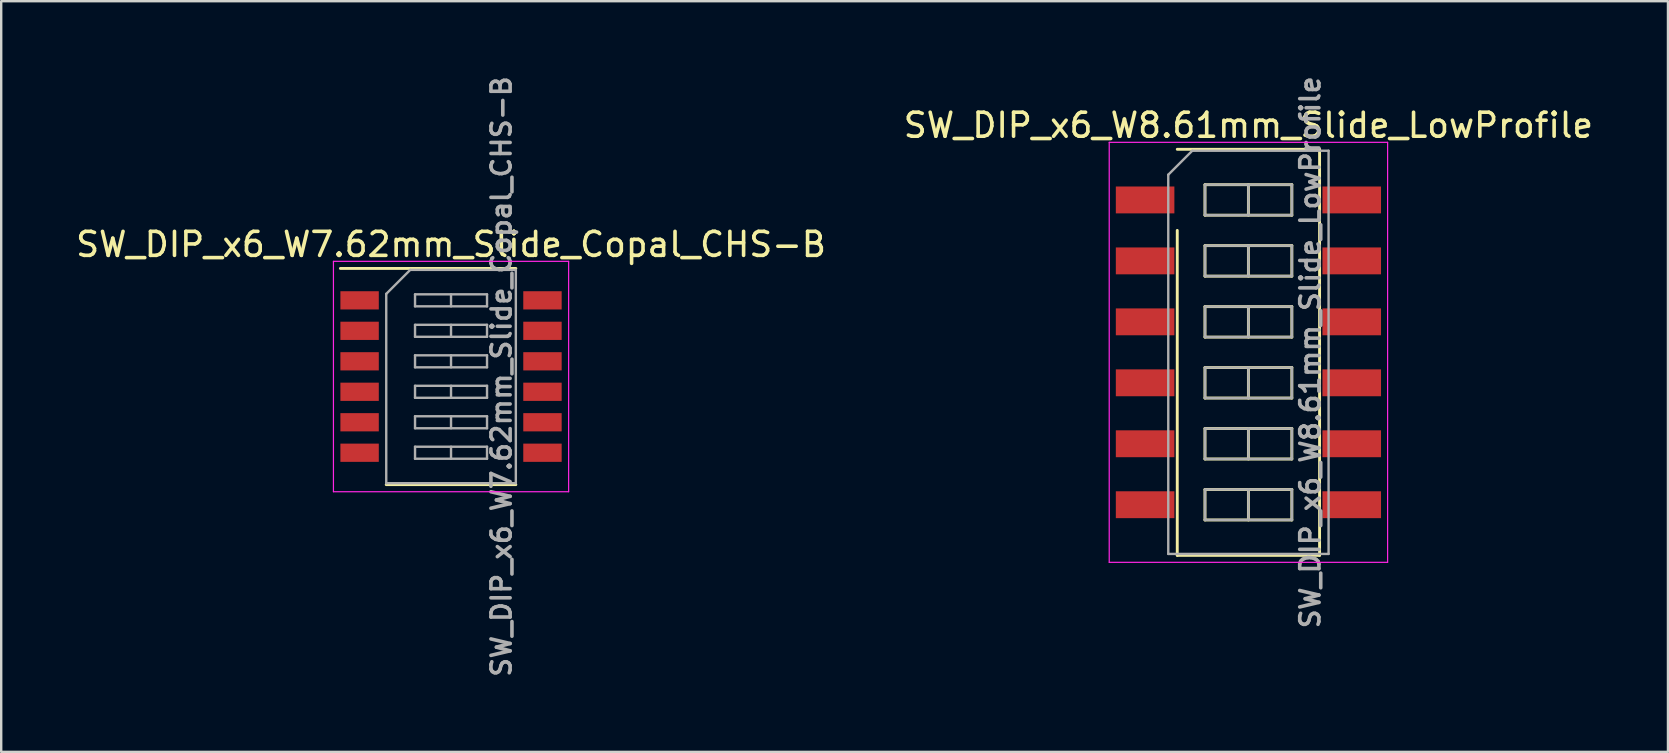
<source format=kicad_pcb>
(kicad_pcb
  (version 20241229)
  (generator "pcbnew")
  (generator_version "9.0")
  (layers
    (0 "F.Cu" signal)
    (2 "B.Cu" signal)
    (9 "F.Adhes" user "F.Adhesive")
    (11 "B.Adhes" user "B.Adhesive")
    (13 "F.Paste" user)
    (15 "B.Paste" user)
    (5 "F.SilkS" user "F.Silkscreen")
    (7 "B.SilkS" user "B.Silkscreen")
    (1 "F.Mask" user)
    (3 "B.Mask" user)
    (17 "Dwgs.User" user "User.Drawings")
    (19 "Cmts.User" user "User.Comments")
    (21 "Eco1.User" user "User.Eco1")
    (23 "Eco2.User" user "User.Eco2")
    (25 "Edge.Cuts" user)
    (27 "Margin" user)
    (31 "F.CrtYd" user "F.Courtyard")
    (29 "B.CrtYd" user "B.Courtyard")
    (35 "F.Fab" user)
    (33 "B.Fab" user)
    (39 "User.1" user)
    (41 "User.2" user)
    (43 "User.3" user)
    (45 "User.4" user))
  (footprint "SW_DIP_x6_W8.61mm_Slide_LowProfile"
    (layer "F.Cu")
    (at 48.97 11.631)
    (property "Reference" "SW_DIP_x6_W8.61mm_Slide_LowProfile" (at 0 -9.46 0) (layer "F.SilkS") (effects (font (size 1 1) (thickness 0.15))))
    (attr smd)
    (fp_line (start -2.965 -8.46) (end 2.965 -8.46) (stroke (width 0.12) (type solid)) (layer "F.SilkS"))
    (fp_line (start -2.965 8.46) (end -2.965 -5.08) (stroke (width 0.12) (type solid)) (layer "F.SilkS"))
    (fp_line (start -1.81 -6.985) (end -1.81 -5.715) (stroke (width 0.12) (type solid)) (layer "F.SilkS"))
    (fp_line (start -1.81 -5.715) (end 1.81 -5.715) (stroke (width 0.12) (type solid)) (layer "F.SilkS"))
    (fp_line (start -1.81 -4.445) (end -1.81 -3.175) (stroke (width 0.12) (type solid)) (layer "F.SilkS"))
    (fp_line (start -1.81 -3.175) (end 1.81 -3.175) (stroke (width 0.12) (type solid)) (layer "F.SilkS"))
    (fp_line (start -1.81 -1.905) (end -1.81 -0.635) (stroke (width 0.12) (type solid)) (layer "F.SilkS"))
    (fp_line (start -1.81 -0.635) (end 1.81 -0.635) (stroke (width 0.12) (type solid)) (layer "F.SilkS"))
    (fp_line (start -1.81 0.635) (end -1.81 1.905) (stroke (width 0.12) (type solid)) (layer "F.SilkS"))
    (fp_line (start -1.81 1.905) (end 1.81 1.905) (stroke (width 0.12) (type solid)) (layer "F.SilkS"))
    (fp_line (start -1.81 3.175) (end -1.81 4.445) (stroke (width 0.12) (type solid)) (layer "F.SilkS"))
    (fp_line (start -1.81 4.445) (end 1.81 4.445) (stroke (width 0.12) (type solid)) (layer "F.SilkS"))
    (fp_line (start -1.81 5.715) (end -1.81 6.985) (stroke (width 0.12) (type solid)) (layer "F.SilkS"))
    (fp_line (start -1.81 6.985) (end 1.81 6.985) (stroke (width 0.12) (type solid)) (layer "F.SilkS"))
    (fp_line (start 0 -6.985) (end 0 -5.715) (stroke (width 0.12) (type solid)) (layer "F.SilkS"))
    (fp_line (start 0 -4.445) (end 0 -3.175) (stroke (width 0.12) (type solid)) (layer "F.SilkS"))
    (fp_line (start 0 -1.905) (end 0 -0.635) (stroke (width 0.12) (type solid)) (layer "F.SilkS"))
    (fp_line (start 0 0.635) (end 0 1.905) (stroke (width 0.12) (type solid)) (layer "F.SilkS"))
    (fp_line (start 0 3.175) (end 0 4.445) (stroke (width 0.12) (type solid)) (layer "F.SilkS"))
    (fp_line (start 0 5.715) (end 0 6.985) (stroke (width 0.12) (type solid)) (layer "F.SilkS"))
    (fp_line (start 1.81 -6.985) (end -1.81 -6.985) (stroke (width 0.12) (type solid)) (layer "F.SilkS"))
    (fp_line (start 1.81 -5.715) (end 1.81 -6.985) (stroke (width 0.12) (type solid)) (layer "F.SilkS"))
    (fp_line (start 1.81 -4.445) (end -1.81 -4.445) (stroke (width 0.12) (type solid)) (layer "F.SilkS"))
    (fp_line (start 1.81 -3.175) (end 1.81 -4.445) (stroke (width 0.12) (type solid)) (layer "F.SilkS"))
    (fp_line (start 1.81 -1.905) (end -1.81 -1.905) (stroke (width 0.12) (type solid)) (layer "F.SilkS"))
    (fp_line (start 1.81 -0.635) (end 1.81 -1.905) (stroke (width 0.12) (type solid)) (layer "F.SilkS"))
    (fp_line (start 1.81 0.635) (end -1.81 0.635) (stroke (width 0.12) (type solid)) (layer "F.SilkS"))
    (fp_line (start 1.81 1.905) (end 1.81 0.635) (stroke (width 0.12) (type solid)) (layer "F.SilkS"))
    (fp_line (start 1.81 3.175) (end -1.81 3.175) (stroke (width 0.12) (type solid)) (layer "F.SilkS"))
    (fp_line (start 1.81 4.445) (end 1.81 3.175) (stroke (width 0.12) (type solid)) (layer "F.SilkS"))
    (fp_line (start 1.81 5.715) (end -1.81 5.715) (stroke (width 0.12) (type solid)) (layer "F.SilkS"))
    (fp_line (start 1.81 6.985) (end 1.81 5.715) (stroke (width 0.12) (type solid)) (layer "F.SilkS"))
    (fp_line (start 2.965 -8.46) (end 2.965 8.46) (stroke (width 0.12) (type solid)) (layer "F.SilkS"))
    (fp_line (start 2.965 8.46) (end -2.965 8.46) (stroke (width 0.12) (type solid)) (layer "F.SilkS"))
    (fp_line (start -5.8 -8.75) (end -5.8 8.75) (stroke (width 0.05) (type solid)) (layer "F.CrtYd"))
    (fp_line (start -5.8 8.75) (end 5.8 8.75) (stroke (width 0.05) (type solid)) (layer "F.CrtYd"))
    (fp_line (start 5.8 -8.75) (end -5.8 -8.75) (stroke (width 0.05) (type solid)) (layer "F.CrtYd"))
    (fp_line (start 5.8 8.75) (end 5.8 -8.75) (stroke (width 0.05) (type solid)) (layer "F.CrtYd"))
    (fp_line (start -3.34 -7.4) (end -2.34 -8.4) (stroke (width 0.1) (type solid)) (layer "F.Fab"))
    (fp_line (start -3.34 8.4) (end -3.34 -7.4) (stroke (width 0.1) (type solid)) (layer "F.Fab"))
    (fp_line (start -2.34 -8.4) (end 3.34 -8.4) (stroke (width 0.1) (type solid)) (layer "F.Fab"))
    (fp_line (start -1.81 -6.985) (end -1.81 -5.715) (stroke (width 0.1) (type solid)) (layer "F.Fab"))
    (fp_line (start -1.81 -5.715) (end 1.81 -5.715) (stroke (width 0.1) (type solid)) (layer "F.Fab"))
    (fp_line (start -1.81 -4.445) (end -1.81 -3.175) (stroke (width 0.1) (type solid)) (layer "F.Fab"))
    (fp_line (start -1.81 -3.175) (end 1.81 -3.175) (stroke (width 0.1) (type solid)) (layer "F.Fab"))
    (fp_line (start -1.81 -1.905) (end -1.81 -0.635) (stroke (width 0.1) (type solid)) (layer "F.Fab"))
    (fp_line (start -1.81 -0.635) (end 1.81 -0.635) (stroke (width 0.1) (type solid)) (layer "F.Fab"))
    (fp_line (start -1.81 0.635) (end -1.81 1.905) (stroke (width 0.1) (type solid)) (layer "F.Fab"))
    (fp_line (start -1.81 1.905) (end 1.81 1.905) (stroke (width 0.1) (type solid)) (layer "F.Fab"))
    (fp_line (start -1.81 3.175) (end -1.81 4.445) (stroke (width 0.1) (type solid)) (layer "F.Fab"))
    (fp_line (start -1.81 4.445) (end 1.81 4.445) (stroke (width 0.1) (type solid)) (layer "F.Fab"))
    (fp_line (start -1.81 5.715) (end -1.81 6.985) (stroke (width 0.1) (type solid)) (layer "F.Fab"))
    (fp_line (start -1.81 6.985) (end 1.81 6.985) (stroke (width 0.1) (type solid)) (layer "F.Fab"))
    (fp_line (start 0 -6.985) (end 0 -5.715) (stroke (width 0.1) (type solid)) (layer "F.Fab"))
    (fp_line (start 0 -4.445) (end 0 -3.175) (stroke (width 0.1) (type solid)) (layer "F.Fab"))
    (fp_line (start 0 -1.905) (end 0 -0.635) (stroke (width 0.1) (type solid)) (layer "F.Fab"))
    (fp_line (start 0 0.635) (end 0 1.905) (stroke (width 0.1) (type solid)) (layer "F.Fab"))
    (fp_line (start 0 3.175) (end 0 4.445) (stroke (width 0.1) (type solid)) (layer "F.Fab"))
    (fp_line (start 0 5.715) (end 0 6.985) (stroke (width 0.1) (type solid)) (layer "F.Fab"))
    (fp_line (start 1.81 -6.985) (end -1.81 -6.985) (stroke (width 0.1) (type solid)) (layer "F.Fab"))
    (fp_line (start 1.81 -5.715) (end 1.81 -6.985) (stroke (width 0.1) (type solid)) (layer "F.Fab"))
    (fp_line (start 1.81 -4.445) (end -1.81 -4.445) (stroke (width 0.1) (type solid)) (layer "F.Fab"))
    (fp_line (start 1.81 -3.175) (end 1.81 -4.445) (stroke (width 0.1) (type solid)) (layer "F.Fab"))
    (fp_line (start 1.81 -1.905) (end -1.81 -1.905) (stroke (width 0.1) (type solid)) (layer "F.Fab"))
    (fp_line (start 1.81 -0.635) (end 1.81 -1.905) (stroke (width 0.1) (type solid)) (layer "F.Fab"))
    (fp_line (start 1.81 0.635) (end -1.81 0.635) (stroke (width 0.1) (type solid)) (layer "F.Fab"))
    (fp_line (start 1.81 1.905) (end 1.81 0.635) (stroke (width 0.1) (type solid)) (layer "F.Fab"))
    (fp_line (start 1.81 3.175) (end -1.81 3.175) (stroke (width 0.1) (type solid)) (layer "F.Fab"))
    (fp_line (start 1.81 4.445) (end 1.81 3.175) (stroke (width 0.1) (type solid)) (layer "F.Fab"))
    (fp_line (start 1.81 5.715) (end -1.81 5.715) (stroke (width 0.1) (type solid)) (layer "F.Fab"))
    (fp_line (start 1.81 6.985) (end 1.81 5.715) (stroke (width 0.1) (type solid)) (layer "F.Fab"))
    (fp_line (start 3.34 -8.4) (end 3.34 8.4) (stroke (width 0.1) (type solid)) (layer "F.Fab"))
    (fp_line (start 3.34 8.4) (end -3.34 8.4) (stroke (width 0.1) (type solid)) (layer "F.Fab"))
    (fp_text user "${REFERENCE}" (at 2.575 0 90) (layer "F.Fab") (effects (font (size 0.8 0.8) (thickness 0.15))))
    (pad "1" smd rect (at -4.305 -6.35) (size 2.44 1.12) (layers "F.Cu" "F.Mask" "F.Paste"))
    (pad "2" smd rect (at -4.305 -3.81) (size 2.44 1.12) (layers "F.Cu" "F.Mask" "F.Paste"))
    (pad "3" smd rect (at -4.305 -1.27) (size 2.44 1.12) (layers "F.Cu" "F.Mask" "F.Paste"))
    (pad "4" smd rect (at -4.305 1.27) (size 2.44 1.12) (layers "F.Cu" "F.Mask" "F.Paste"))
    (pad "5" smd rect (at -4.305 3.81) (size 2.44 1.12) (layers "F.Cu" "F.Mask" "F.Paste"))
    (pad "6" smd rect (at -4.305 6.35) (size 2.44 1.12) (layers "F.Cu" "F.Mask" "F.Paste"))
    (pad "7" smd rect (at 4.305 6.35) (size 2.44 1.12) (layers "F.Cu" "F.Mask" "F.Paste"))
    (pad "8" smd rect (at 4.305 3.81) (size 2.44 1.12) (layers "F.Cu" "F.Mask" "F.Paste"))
    (pad "9" smd rect (at 4.305 1.27) (size 2.44 1.12) (layers "F.Cu" "F.Mask" "F.Paste"))
    (pad "10" smd rect (at 4.305 -1.27) (size 2.44 1.12) (layers "F.Cu" "F.Mask" "F.Paste"))
    (pad "11" smd rect (at 4.305 -3.81) (size 2.44 1.12) (layers "F.Cu" "F.Mask" "F.Paste"))
    (pad "12" smd rect (at 4.305 -6.35) (size 2.44 1.12) (layers "F.Cu" "F.Mask" "F.Paste")))
  (footprint "SW_DIP_x6_W7.62mm_Slide_Copal_CHS-B"
    (layer "F.Cu")
    (at 15.744 12.64)
    (property "Reference" "SW_DIP_x6_W7.62mm_Slide_Copal_CHS-B" (at 0 -5.505 0) (layer "F.SilkS") (effects (font (size 1 1) (thickness 0.15))))
    (attr smd)
    (fp_line (start -4.61 -4.505) (end 2.7 -4.505) (stroke (width 0.12) (type solid)) (layer "F.SilkS"))
    (fp_line (start -2.7 4.505) (end 2.7 4.505) (stroke (width 0.12) (type solid)) (layer "F.SilkS"))
    (fp_line (start -4.9 -4.8) (end -4.9 4.8) (stroke (width 0.05) (type solid)) (layer "F.CrtYd"))
    (fp_line (start -4.9 4.8) (end 4.9 4.8) (stroke (width 0.05) (type solid)) (layer "F.CrtYd"))
    (fp_line (start 4.9 -4.8) (end -4.9 -4.8) (stroke (width 0.05) (type solid)) (layer "F.CrtYd"))
    (fp_line (start 4.9 4.8) (end 4.9 -4.8) (stroke (width 0.05) (type solid)) (layer "F.CrtYd"))
    (fp_line (start -2.7 -3.445) (end -1.7 -4.445) (stroke (width 0.1) (type solid)) (layer "F.Fab"))
    (fp_line (start -2.7 4.445) (end -2.7 -3.445) (stroke (width 0.1) (type solid)) (layer "F.Fab"))
    (fp_line (start -1.7 -4.445) (end 2.7 -4.445) (stroke (width 0.1) (type solid)) (layer "F.Fab"))
    (fp_line (start -1.5 -3.425) (end -1.5 -2.925) (stroke (width 0.1) (type solid)) (layer "F.Fab"))
    (fp_line (start -1.5 -2.925) (end 1.5 -2.925) (stroke (width 0.1) (type solid)) (layer "F.Fab"))
    (fp_line (start -1.5 -2.155) (end -1.5 -1.655) (stroke (width 0.1) (type solid)) (layer "F.Fab"))
    (fp_line (start -1.5 -1.655) (end 1.5 -1.655) (stroke (width 0.1) (type solid)) (layer "F.Fab"))
    (fp_line (start -1.5 -0.885) (end -1.5 -0.385) (stroke (width 0.1) (type solid)) (layer "F.Fab"))
    (fp_line (start -1.5 -0.385) (end 1.5 -0.385) (stroke (width 0.1) (type solid)) (layer "F.Fab"))
    (fp_line (start -1.5 0.385) (end -1.5 0.885) (stroke (width 0.1) (type solid)) (layer "F.Fab"))
    (fp_line (start -1.5 0.885) (end 1.5 0.885) (stroke (width 0.1) (type solid)) (layer "F.Fab"))
    (fp_line (start -1.5 1.655) (end -1.5 2.155) (stroke (width 0.1) (type solid)) (layer "F.Fab"))
    (fp_line (start -1.5 2.155) (end 1.5 2.155) (stroke (width 0.1) (type solid)) (layer "F.Fab"))
    (fp_line (start -1.5 2.925) (end -1.5 3.425) (stroke (width 0.1) (type solid)) (layer "F.Fab"))
    (fp_line (start -1.5 3.425) (end 1.5 3.425) (stroke (width 0.1) (type solid)) (layer "F.Fab"))
    (fp_line (start 0 -3.425) (end 0 -2.925) (stroke (width 0.1) (type solid)) (layer "F.Fab"))
    (fp_line (start 0 -2.155) (end 0 -1.655) (stroke (width 0.1) (type solid)) (layer "F.Fab"))
    (fp_line (start 0 -0.885) (end 0 -0.385) (stroke (width 0.1) (type solid)) (layer "F.Fab"))
    (fp_line (start 0 0.385) (end 0 0.885) (stroke (width 0.1) (type solid)) (layer "F.Fab"))
    (fp_line (start 0 1.655) (end 0 2.155) (stroke (width 0.1) (type solid)) (layer "F.Fab"))
    (fp_line (start 0 2.925) (end 0 3.425) (stroke (width 0.1) (type solid)) (layer "F.Fab"))
    (fp_line (start 1.5 -3.425) (end -1.5 -3.425) (stroke (width 0.1) (type solid)) (layer "F.Fab"))
    (fp_line (start 1.5 -2.925) (end 1.5 -3.425) (stroke (width 0.1) (type solid)) (layer "F.Fab"))
    (fp_line (start 1.5 -2.155) (end -1.5 -2.155) (stroke (width 0.1) (type solid)) (layer "F.Fab"))
    (fp_line (start 1.5 -1.655) (end 1.5 -2.155) (stroke (width 0.1) (type solid)) (layer "F.Fab"))
    (fp_line (start 1.5 -0.885) (end -1.5 -0.885) (stroke (width 0.1) (type solid)) (layer "F.Fab"))
    (fp_line (start 1.5 -0.385) (end 1.5 -0.885) (stroke (width 0.1) (type solid)) (layer "F.Fab"))
    (fp_line (start 1.5 0.385) (end -1.5 0.385) (stroke (width 0.1) (type solid)) (layer "F.Fab"))
    (fp_line (start 1.5 0.885) (end 1.5 0.385) (stroke (width 0.1) (type solid)) (layer "F.Fab"))
    (fp_line (start 1.5 1.655) (end -1.5 1.655) (stroke (width 0.1) (type solid)) (layer "F.Fab"))
    (fp_line (start 1.5 2.155) (end 1.5 1.655) (stroke (width 0.1) (type solid)) (layer "F.Fab"))
    (fp_line (start 1.5 2.925) (end -1.5 2.925) (stroke (width 0.1) (type solid)) (layer "F.Fab"))
    (fp_line (start 1.5 3.425) (end 1.5 2.925) (stroke (width 0.1) (type solid)) (layer "F.Fab"))
    (fp_line (start 2.7 -4.445) (end 2.7 4.445) (stroke (width 0.1) (type solid)) (layer "F.Fab"))
    (fp_line (start 2.7 4.445) (end -2.7 4.445) (stroke (width 0.1) (type solid)) (layer "F.Fab"))
    (fp_text user "${REFERENCE}" (at 2.1 0 90) (layer "F.Fab") (effects (font (size 0.8 0.8) (thickness 0.15))))
    (pad "1" smd rect (at -3.81 -3.175) (size 1.6 0.76) (layers "F.Cu" "F.Mask" "F.Paste"))
    (pad "2" smd rect (at -3.81 -1.905) (size 1.6 0.76) (layers "F.Cu" "F.Mask" "F.Paste"))
    (pad "3" smd rect (at -3.81 -0.635) (size 1.6 0.76) (layers "F.Cu" "F.Mask" "F.Paste"))
    (pad "4" smd rect (at -3.81 0.635) (size 1.6 0.76) (layers "F.Cu" "F.Mask" "F.Paste"))
    (pad "5" smd rect (at -3.81 1.905) (size 1.6 0.76) (layers "F.Cu" "F.Mask" "F.Paste"))
    (pad "6" smd rect (at -3.81 3.175) (size 1.6 0.76) (layers "F.Cu" "F.Mask" "F.Paste"))
    (pad "7" smd rect (at 3.81 3.175) (size 1.6 0.76) (layers "F.Cu" "F.Mask" "F.Paste"))
    (pad "8" smd rect (at 3.81 1.905) (size 1.6 0.76) (layers "F.Cu" "F.Mask" "F.Paste"))
    (pad "9" smd rect (at 3.81 0.635) (size 1.6 0.76) (layers "F.Cu" "F.Mask" "F.Paste"))
    (pad "10" smd rect (at 3.81 -0.635) (size 1.6 0.76) (layers "F.Cu" "F.Mask" "F.Paste"))
    (pad "11" smd rect (at 3.81 -1.905) (size 1.6 0.76) (layers "F.Cu" "F.Mask" "F.Paste"))
    (pad "12" smd rect (at 3.81 -3.175) (size 1.6 0.76) (layers "F.Cu" "F.Mask" "F.Paste")))
  (gr_rect
    (start -3 -3)
    (end 66.452 28.28)
    (stroke (width 0.1) (type default))
    (fill no)
    (layer "Edge.Cuts")))
</source>
